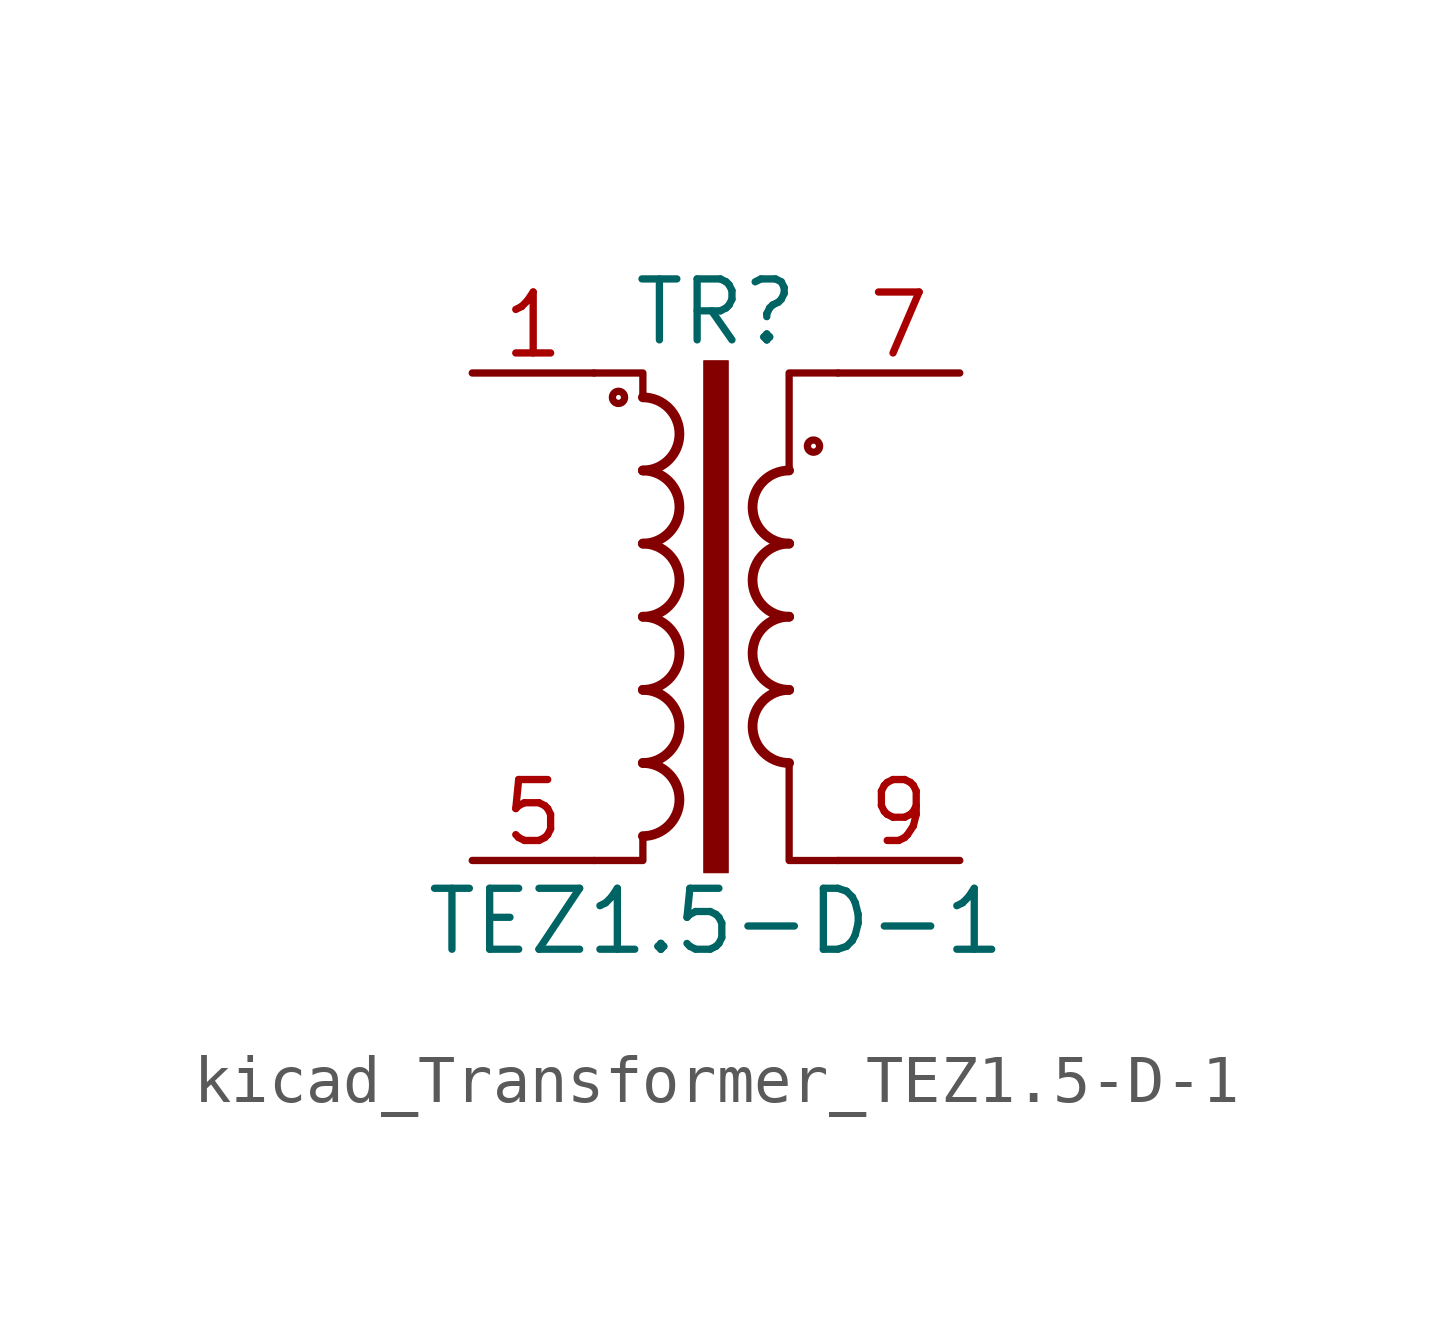
<source format=kicad_sym>
(kicad_symbol_lib
  (version 20220914)
  (generator kicad_symbol_editor)
  (symbol "kicad_Transformer_TEZ1.5-D-1"
    (pin_names
      (offset 0.025))
    (property "Reference" "TR"
      (at 0 6.35 0)
      (effects (font (size 1.27 1.27))))
    (property "Value" "TEZ1.5-D-1"
      (at 0 -6.35 0)
      (effects (font (size 1.27 1.27))))
    (symbol "kicad_Transformer_TEZ1.5-D-1_0_1"
      (circle (center -2.032 4.572) (radius 0.127) (stroke (width 0) (type default)) (fill (type none)))
      (arc (start -1.524 -4.572) (mid -0.7653 -3.81) (end -1.524 -3.048) (stroke (width 0.2032) (type default)) (fill (type none)))
      (arc (start -1.524 -3.048) (mid -0.7653 -2.286) (end -1.524 -1.524) (stroke (width 0.2032) (type default)) (fill (type none)))
      (arc (start -1.524 -1.524) (mid -0.7653 -0.762) (end -1.524 0) (stroke (width 0.2032) (type default)) (fill (type none)))
      (arc (start -1.524 0) (mid -0.7653 0.762) (end -1.524 1.524) (stroke (width 0.2032) (type default)) (fill (type none)))
      (arc (start -1.524 1.524) (mid -0.7653 2.286) (end -1.524 3.048) (stroke (width 0.2032) (type default)) (fill (type none)))
      (arc (start -1.524 3.048) (mid -0.7653 3.81) (end -1.524 4.572) (stroke (width 0.2032) (type default)) (fill (type none)))
      (rectangle (start -0.254 5.334) (end 0.254 -5.334) (stroke (width 0.025) (type default)) (fill (type outline)))
      (polyline (pts (xy -1.524 -4.572) (xy -1.524 -5.08) (xy -2.54 -5.08)) (stroke (width 0) (type default)) (fill (type none)))
      (polyline (pts (xy -1.524 4.572) (xy -1.524 5.08) (xy -2.54 5.08)) (stroke (width 0) (type default)) (fill (type none)))
      (polyline (pts (xy 1.524 3.048) (xy 1.524 5.08) (xy 2.54 5.08) (xy 2.54 5.08)) (stroke (width 0.152) (type default)) (fill (type none)))
      (polyline (pts (xy 2.54 -5.08) (xy 1.524 -5.08) (xy 1.524 -3.048) (xy 1.524 -3.048)) (stroke (width 0.152) (type default)) (fill (type none)))
      (arc (start 1.524 -1.524) (mid 0.7653 -2.286) (end 1.524 -3.048) (stroke (width 0.2032) (type default)) (fill (type none)))
      (arc (start 1.524 0) (mid 0.7653 -0.762) (end 1.524 -1.524) (stroke (width 0.2032) (type default)) (fill (type none)))
      (arc (start 1.524 1.524) (mid 0.7653 0.762) (end 1.524 0) (stroke (width 0.2032) (type default)) (fill (type none)))
      (arc (start 1.524 3.048) (mid 0.7653 2.286) (end 1.524 1.524) (stroke (width 0.2032) (type default)) (fill (type none)))
      (circle (center 2.032 3.556) (radius 0.127) (stroke (width 0) (type default)) (fill (type none))))
    (symbol "kicad_Transformer_TEZ1.5-D-1_1_1"
      (pin passive line (at -5.08 5.08 0) (length 2.54) (name "~" (effects (font (size 1.27 1.27)))) (number "1" (effects (font (size 1.27 1.27)))))
      (pin passive line (at -5.08 -5.08 0) (length 2.54) (name "~" (effects (font (size 1.27 1.27)))) (number "5" (effects (font (size 1.27 1.27)))))
      (pin passive line (at 5.08 5.08 180) (length 2.54) (name "~" (effects (font (size 1.27 1.27)))) (number "7" (effects (font (size 1.27 1.27)))))
      (pin passive line (at 5.08 -5.08 180) (length 2.54) (name "~" (effects (font (size 1.27 1.27)))) (number "9" (effects (font (size 1.27 1.27))))))))
</source>
